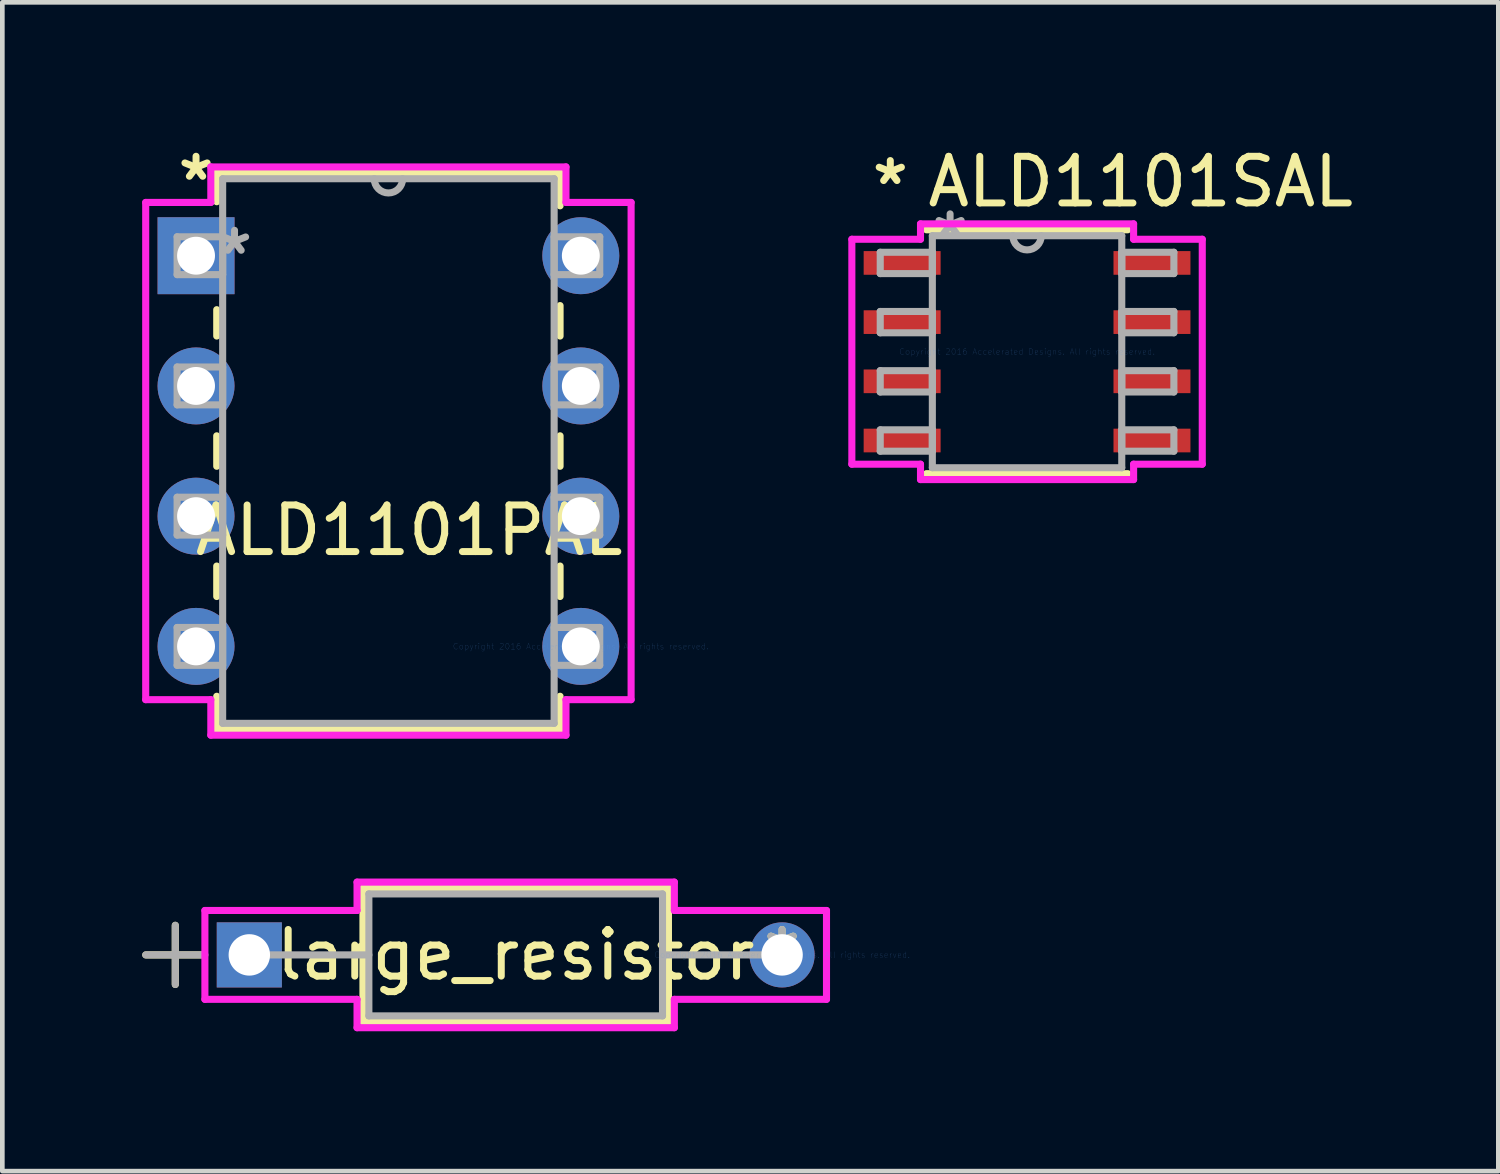
<source format=kicad_pcb>
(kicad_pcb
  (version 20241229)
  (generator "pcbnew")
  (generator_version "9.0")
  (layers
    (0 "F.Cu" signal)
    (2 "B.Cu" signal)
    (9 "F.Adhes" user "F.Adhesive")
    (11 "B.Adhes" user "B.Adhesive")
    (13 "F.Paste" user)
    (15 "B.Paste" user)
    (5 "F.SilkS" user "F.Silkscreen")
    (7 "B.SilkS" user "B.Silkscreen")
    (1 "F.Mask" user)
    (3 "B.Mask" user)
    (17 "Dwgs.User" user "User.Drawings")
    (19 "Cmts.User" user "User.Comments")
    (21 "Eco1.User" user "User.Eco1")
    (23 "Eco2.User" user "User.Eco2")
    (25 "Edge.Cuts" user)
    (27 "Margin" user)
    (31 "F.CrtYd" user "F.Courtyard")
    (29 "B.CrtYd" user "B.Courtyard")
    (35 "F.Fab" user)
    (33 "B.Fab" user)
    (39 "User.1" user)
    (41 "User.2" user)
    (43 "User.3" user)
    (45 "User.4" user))
  (footprint "large_resistor"
    (layer "F.Cu")
    (at 13.729 17.437)
    (property "Reference" "large_resistor" (at -5.715 0 0) (layer "F.SilkS") (effects (font (size 1 1) (thickness 0.15))))
    (attr through_hole)
    (fp_line (start -13.652 0) (end -12.461 0) (stroke (width 0.152) (type solid)) (layer "F.SilkS"))
    (fp_line (start -13.018 -0.635) (end -13.018 0.635) (stroke (width 0.152) (type solid)) (layer "F.SilkS"))
    (fp_line (start -8.992 -1.435) (end -8.992 1.435) (stroke (width 0.152) (type solid)) (layer "F.SilkS"))
    (fp_line (start -8.992 1.435) (end -2.438 1.435) (stroke (width 0.152) (type solid)) (layer "F.SilkS"))
    (fp_line (start -2.438 -1.435) (end -8.992 -1.435) (stroke (width 0.152) (type solid)) (layer "F.SilkS"))
    (fp_line (start -2.438 1.435) (end -2.438 -1.435) (stroke (width 0.152) (type solid)) (layer "F.SilkS"))
    (fp_line (start -12.383 -0.953) (end -9.119 -0.953) (stroke (width 0.152) (type solid)) (layer "F.CrtYd"))
    (fp_line (start -12.383 0.953) (end -12.383 -0.953) (stroke (width 0.152) (type solid)) (layer "F.CrtYd"))
    (fp_line (start -9.119 -1.562) (end -2.311 -1.562) (stroke (width 0.152) (type solid)) (layer "F.CrtYd"))
    (fp_line (start -9.119 -0.953) (end -9.119 -1.562) (stroke (width 0.152) (type solid)) (layer "F.CrtYd"))
    (fp_line (start -9.119 0.953) (end -12.383 0.953) (stroke (width 0.152) (type solid)) (layer "F.CrtYd"))
    (fp_line (start -9.119 1.562) (end -9.119 0.953) (stroke (width 0.152) (type solid)) (layer "F.CrtYd"))
    (fp_line (start -2.311 -1.562) (end -2.311 -0.953) (stroke (width 0.152) (type solid)) (layer "F.CrtYd"))
    (fp_line (start -2.311 -0.953) (end 0.953 -0.953) (stroke (width 0.152) (type solid)) (layer "F.CrtYd"))
    (fp_line (start -2.311 0.953) (end -2.311 1.562) (stroke (width 0.152) (type solid)) (layer "F.CrtYd"))
    (fp_line (start -2.311 1.562) (end -9.119 1.562) (stroke (width 0.152) (type solid)) (layer "F.CrtYd"))
    (fp_line (start 0.953 -0.953) (end 0.953 0.953) (stroke (width 0.152) (type solid)) (layer "F.CrtYd"))
    (fp_line (start 0.953 0.953) (end -2.311 0.953) (stroke (width 0.152) (type solid)) (layer "F.CrtYd"))
    (fp_line (start -13.652 0) (end -12.383 0) (stroke (width 0.152) (type solid)) (layer "F.Fab"))
    (fp_line (start -13.018 -0.635) (end -13.018 0.635) (stroke (width 0.152) (type solid)) (layer "F.Fab"))
    (fp_line (start -11.43 0) (end -8.865 0) (stroke (width 0.152) (type solid)) (layer "F.Fab"))
    (fp_line (start -8.865 -1.308) (end -8.865 1.308) (stroke (width 0.152) (type solid)) (layer "F.Fab"))
    (fp_line (start -8.865 1.308) (end -2.565 1.308) (stroke (width 0.152) (type solid)) (layer "F.Fab"))
    (fp_line (start -2.565 -1.308) (end -8.865 -1.308) (stroke (width 0.152) (type solid)) (layer "F.Fab"))
    (fp_line (start -2.565 1.308) (end -2.565 -1.308) (stroke (width 0.152) (type solid)) (layer "F.Fab"))
    (fp_line (start 0 0) (end -2.565 0) (stroke (width 0.152) (type solid)) (layer "F.Fab"))
    (fp_text user "*" (at 0 0 0) (layer "F.SilkS") (effects (font (size 1 1) (thickness 0.15))))
    (fp_text user "Copyright 2016 Accelerated Designs. All rights reserved." (at 0 0 0) (layer "Cmts.User") (effects (font (size 0.127 0.127) (thickness 0.002))))
    (fp_text user "*" (at 0 0 0) (layer "F.Fab") (effects (font (size 1 1) (thickness 0.15))))
    (pad "1" thru_hole rect (at -11.43 0) (size 1.397 1.397) (drill 0.889) (layers "*.Cu" "*.Mask"))
    (pad "2" thru_hole circle (at 0 0) (size 1.397 1.397) (drill 0.889) (layers "*.Cu" "*.Mask")))
  (footprint "ALD1101SAL"
    (layer "F.Cu")
    (at 18.985 4.496)
    (property "Reference" "ALD1101SAL" (at 2.438 -3.647 0) (layer "F.SilkS") (effects (font (size 1 1) (thickness 0.15))))
    (attr through_hole)
    (fp_line (start -2.159 2.616) (end 2.159 2.616) (stroke (width 0.152) (type solid)) (layer "F.SilkS"))
    (fp_line (start 2.159 -2.616) (end -2.159 -2.616) (stroke (width 0.152) (type solid)) (layer "F.SilkS"))
    (fp_line (start -3.759 -2.413) (end -2.286 -2.413) (stroke (width 0.152) (type solid)) (layer "F.CrtYd"))
    (fp_line (start -3.759 2.413) (end -3.759 -2.413) (stroke (width 0.152) (type solid)) (layer "F.CrtYd"))
    (fp_line (start -2.286 -2.743) (end 2.286 -2.743) (stroke (width 0.152) (type solid)) (layer "F.CrtYd"))
    (fp_line (start -2.286 -2.413) (end -2.286 -2.743) (stroke (width 0.152) (type solid)) (layer "F.CrtYd"))
    (fp_line (start -2.286 2.413) (end -3.759 2.413) (stroke (width 0.152) (type solid)) (layer "F.CrtYd"))
    (fp_line (start -2.286 2.743) (end -2.286 2.413) (stroke (width 0.152) (type solid)) (layer "F.CrtYd"))
    (fp_line (start 2.286 -2.743) (end 2.286 -2.413) (stroke (width 0.152) (type solid)) (layer "F.CrtYd"))
    (fp_line (start 2.286 -2.413) (end 3.759 -2.413) (stroke (width 0.152) (type solid)) (layer "F.CrtYd"))
    (fp_line (start 2.286 2.413) (end 2.286 2.743) (stroke (width 0.152) (type solid)) (layer "F.CrtYd"))
    (fp_line (start 2.286 2.743) (end -2.286 2.743) (stroke (width 0.152) (type solid)) (layer "F.CrtYd"))
    (fp_line (start 3.759 -2.413) (end 3.759 2.413) (stroke (width 0.152) (type solid)) (layer "F.CrtYd"))
    (fp_line (start 3.759 2.413) (end 2.286 2.413) (stroke (width 0.152) (type solid)) (layer "F.CrtYd"))
    (fp_line (start -3.15 -2.134) (end -3.15 -1.676) (stroke (width 0.152) (type solid)) (layer "F.Fab"))
    (fp_line (start -3.15 -1.676) (end -2.032 -1.676) (stroke (width 0.152) (type solid)) (layer "F.Fab"))
    (fp_line (start -3.15 -0.864) (end -3.15 -0.406) (stroke (width 0.152) (type solid)) (layer "F.Fab"))
    (fp_line (start -3.15 -0.406) (end -2.032 -0.406) (stroke (width 0.152) (type solid)) (layer "F.Fab"))
    (fp_line (start -3.15 0.406) (end -3.15 0.864) (stroke (width 0.152) (type solid)) (layer "F.Fab"))
    (fp_line (start -3.15 0.864) (end -2.032 0.864) (stroke (width 0.152) (type solid)) (layer "F.Fab"))
    (fp_line (start -3.15 1.676) (end -3.15 2.134) (stroke (width 0.152) (type solid)) (layer "F.Fab"))
    (fp_line (start -3.15 2.134) (end -2.032 2.134) (stroke (width 0.152) (type solid)) (layer "F.Fab"))
    (fp_line (start -2.032 -2.489) (end -2.032 2.489) (stroke (width 0.152) (type solid)) (layer "F.Fab"))
    (fp_line (start -2.032 -2.134) (end -3.15 -2.134) (stroke (width 0.152) (type solid)) (layer "F.Fab"))
    (fp_line (start -2.032 -1.676) (end -2.032 -2.134) (stroke (width 0.152) (type solid)) (layer "F.Fab"))
    (fp_line (start -2.032 -0.864) (end -3.15 -0.864) (stroke (width 0.152) (type solid)) (layer "F.Fab"))
    (fp_line (start -2.032 -0.406) (end -2.032 -0.864) (stroke (width 0.152) (type solid)) (layer "F.Fab"))
    (fp_line (start -2.032 0.406) (end -3.15 0.406) (stroke (width 0.152) (type solid)) (layer "F.Fab"))
    (fp_line (start -2.032 0.864) (end -2.032 0.406) (stroke (width 0.152) (type solid)) (layer "F.Fab"))
    (fp_line (start -2.032 1.676) (end -3.15 1.676) (stroke (width 0.152) (type solid)) (layer "F.Fab"))
    (fp_line (start -2.032 2.134) (end -2.032 1.676) (stroke (width 0.152) (type solid)) (layer "F.Fab"))
    (fp_line (start -2.032 2.489) (end 2.032 2.489) (stroke (width 0.152) (type solid)) (layer "F.Fab"))
    (fp_line (start 2.032 -2.489) (end -2.032 -2.489) (stroke (width 0.152) (type solid)) (layer "F.Fab"))
    (fp_line (start 2.032 -2.134) (end 2.032 -1.676) (stroke (width 0.152) (type solid)) (layer "F.Fab"))
    (fp_line (start 2.032 -1.676) (end 3.15 -1.676) (stroke (width 0.152) (type solid)) (layer "F.Fab"))
    (fp_line (start 2.032 -0.864) (end 2.032 -0.406) (stroke (width 0.152) (type solid)) (layer "F.Fab"))
    (fp_line (start 2.032 -0.406) (end 3.15 -0.406) (stroke (width 0.152) (type solid)) (layer "F.Fab"))
    (fp_line (start 2.032 0.406) (end 2.032 0.864) (stroke (width 0.152) (type solid)) (layer "F.Fab"))
    (fp_line (start 2.032 0.864) (end 3.15 0.864) (stroke (width 0.152) (type solid)) (layer "F.Fab"))
    (fp_line (start 2.032 1.676) (end 2.032 2.134) (stroke (width 0.152) (type solid)) (layer "F.Fab"))
    (fp_line (start 2.032 2.134) (end 3.15 2.134) (stroke (width 0.152) (type solid)) (layer "F.Fab"))
    (fp_line (start 2.032 2.489) (end 2.032 -2.489) (stroke (width 0.152) (type solid)) (layer "F.Fab"))
    (fp_line (start 3.15 -2.134) (end 2.032 -2.134) (stroke (width 0.152) (type solid)) (layer "F.Fab"))
    (fp_line (start 3.15 -1.676) (end 3.15 -2.134) (stroke (width 0.152) (type solid)) (layer "F.Fab"))
    (fp_line (start 3.15 -0.864) (end 2.032 -0.864) (stroke (width 0.152) (type solid)) (layer "F.Fab"))
    (fp_line (start 3.15 -0.406) (end 3.15 -0.864) (stroke (width 0.152) (type solid)) (layer "F.Fab"))
    (fp_line (start 3.15 0.406) (end 2.032 0.406) (stroke (width 0.152) (type solid)) (layer "F.Fab"))
    (fp_line (start 3.15 0.864) (end 3.15 0.406) (stroke (width 0.152) (type solid)) (layer "F.Fab"))
    (fp_line (start 3.15 1.676) (end 2.032 1.676) (stroke (width 0.152) (type solid)) (layer "F.Fab"))
    (fp_line (start 3.15 2.134) (end 3.15 1.676) (stroke (width 0.152) (type solid)) (layer "F.Fab"))
    (fp_arc (start 0.3048 -2.4892) (mid 0 -2.1844) (end -0.3048 -2.4892) (stroke (width 0.1524) (type solid)) (layer "F.Fab"))
    (fp_text user "*" (at -2.934 -3.556 0) (layer "F.SilkS") (effects (font (size 1 1) (thickness 0.15))))
    (fp_text user "Copyright 2016 Accelerated Designs. All rights reserved." (at 0 0 0) (layer "Cmts.User") (effects (font (size 0.127 0.127) (thickness 0.002))))
    (fp_text user "*" (at -1.651 -2.413 0) (layer "F.Fab") (effects (font (size 1 1) (thickness 0.15))))
    (pad "1" smd rect (at -2.68 -1.905) (size 1.651 0.508) (layers "F.Cu" "F.Mask" "F.Paste"))
    (pad "2" smd rect (at -2.68 -0.635) (size 1.651 0.508) (layers "F.Cu" "F.Mask" "F.Paste"))
    (pad "3" smd rect (at -2.68 0.635) (size 1.651 0.508) (layers "F.Cu" "F.Mask" "F.Paste"))
    (pad "4" smd rect (at -2.68 1.905) (size 1.651 0.508) (layers "F.Cu" "F.Mask" "F.Paste"))
    (pad "5" smd rect (at 2.68 1.905) (size 1.651 0.508) (layers "F.Cu" "F.Mask" "F.Paste"))
    (pad "6" smd rect (at 2.68 0.635) (size 1.651 0.508) (layers "F.Cu" "F.Mask" "F.Paste"))
    (pad "7" smd rect (at 2.68 -0.635) (size 1.651 0.508) (layers "F.Cu" "F.Mask" "F.Paste"))
    (pad "8" smd rect (at 2.68 -1.905) (size 1.651 0.508) (layers "F.Cu" "F.Mask" "F.Paste")))
  (footprint "ALD1101PAL"
    (layer "F.Cu")
    (at 9.411 10.818)
    (property "Reference" "ALD1101PAL" (at -3.683 -2.489 0) (layer "F.SilkS") (effects (font (size 1 1) (thickness 0.15))))
    (attr through_hole)
    (fp_line (start -7.811 -10.16) (end -7.811 -9.54) (stroke (width 0.152) (type solid)) (layer "F.SilkS"))
    (fp_line (start -7.811 -7.224) (end -7.811 -6.658) (stroke (width 0.152) (type solid)) (layer "F.SilkS"))
    (fp_line (start -7.811 -4.518) (end -7.811 -3.864) (stroke (width 0.152) (type solid)) (layer "F.SilkS"))
    (fp_line (start -7.811 -1.724) (end -7.811 -1.07) (stroke (width 0.152) (type solid)) (layer "F.SilkS"))
    (fp_line (start -7.811 1.07) (end -7.811 1.778) (stroke (width 0.152) (type solid)) (layer "F.SilkS"))
    (fp_line (start -7.811 1.778) (end -0.445 1.778) (stroke (width 0.152) (type solid)) (layer "F.SilkS"))
    (fp_line (start -0.445 -10.16) (end -7.811 -10.16) (stroke (width 0.152) (type solid)) (layer "F.SilkS"))
    (fp_line (start -0.445 -9.452) (end -0.445 -10.16) (stroke (width 0.152) (type solid)) (layer "F.SilkS"))
    (fp_line (start -0.445 -6.658) (end -0.445 -7.312) (stroke (width 0.152) (type solid)) (layer "F.SilkS"))
    (fp_line (start -0.445 -3.864) (end -0.445 -4.518) (stroke (width 0.152) (type solid)) (layer "F.SilkS"))
    (fp_line (start -0.445 -1.07) (end -0.445 -1.724) (stroke (width 0.152) (type solid)) (layer "F.SilkS"))
    (fp_line (start -0.445 1.778) (end -0.445 1.07) (stroke (width 0.152) (type solid)) (layer "F.SilkS"))
    (fp_line (start -9.335 -9.525) (end -9.335 1.143) (stroke (width 0.152) (type solid)) (layer "F.CrtYd"))
    (fp_line (start -9.335 1.143) (end -7.938 1.143) (stroke (width 0.152) (type solid)) (layer "F.CrtYd"))
    (fp_line (start -7.938 -10.287) (end -7.938 -9.525) (stroke (width 0.152) (type solid)) (layer "F.CrtYd"))
    (fp_line (start -7.938 -9.525) (end -9.335 -9.525) (stroke (width 0.152) (type solid)) (layer "F.CrtYd"))
    (fp_line (start -7.938 1.143) (end -7.938 1.905) (stroke (width 0.152) (type solid)) (layer "F.CrtYd"))
    (fp_line (start -7.938 1.905) (end -0.318 1.905) (stroke (width 0.152) (type solid)) (layer "F.CrtYd"))
    (fp_line (start -0.318 -10.287) (end -7.938 -10.287) (stroke (width 0.152) (type solid)) (layer "F.CrtYd"))
    (fp_line (start -0.318 -9.525) (end -0.318 -10.287) (stroke (width 0.152) (type solid)) (layer "F.CrtYd"))
    (fp_line (start -0.318 1.143) (end 1.079 1.143) (stroke (width 0.152) (type solid)) (layer "F.CrtYd"))
    (fp_line (start -0.318 1.905) (end -0.318 1.143) (stroke (width 0.152) (type solid)) (layer "F.CrtYd"))
    (fp_line (start 1.079 -9.525) (end -0.318 -9.525) (stroke (width 0.152) (type solid)) (layer "F.CrtYd"))
    (fp_line (start 1.079 1.143) (end 1.079 -9.525) (stroke (width 0.152) (type solid)) (layer "F.CrtYd"))
    (fp_line (start -8.661 -8.788) (end -8.661 -7.976) (stroke (width 0.152) (type solid)) (layer "F.Fab"))
    (fp_line (start -8.661 -7.976) (end -7.684 -7.976) (stroke (width 0.152) (type solid)) (layer "F.Fab"))
    (fp_line (start -8.661 -5.994) (end -8.661 -5.182) (stroke (width 0.152) (type solid)) (layer "F.Fab"))
    (fp_line (start -8.661 -5.182) (end -7.684 -5.182) (stroke (width 0.152) (type solid)) (layer "F.Fab"))
    (fp_line (start -8.661 -3.2) (end -8.661 -2.388) (stroke (width 0.152) (type solid)) (layer "F.Fab"))
    (fp_line (start -8.661 -2.388) (end -7.684 -2.388) (stroke (width 0.152) (type solid)) (layer "F.Fab"))
    (fp_line (start -8.661 -0.406) (end -8.661 0.406) (stroke (width 0.152) (type solid)) (layer "F.Fab"))
    (fp_line (start -8.661 0.406) (end -7.684 0.406) (stroke (width 0.152) (type solid)) (layer "F.Fab"))
    (fp_line (start -7.684 -10.033) (end -7.684 1.651) (stroke (width 0.152) (type solid)) (layer "F.Fab"))
    (fp_line (start -7.684 -8.788) (end -8.661 -8.788) (stroke (width 0.152) (type solid)) (layer "F.Fab"))
    (fp_line (start -7.684 -7.976) (end -7.684 -8.788) (stroke (width 0.152) (type solid)) (layer "F.Fab"))
    (fp_line (start -7.684 -5.994) (end -8.661 -5.994) (stroke (width 0.152) (type solid)) (layer "F.Fab"))
    (fp_line (start -7.684 -5.182) (end -7.684 -5.994) (stroke (width 0.152) (type solid)) (layer "F.Fab"))
    (fp_line (start -7.684 -3.2) (end -8.661 -3.2) (stroke (width 0.152) (type solid)) (layer "F.Fab"))
    (fp_line (start -7.684 -2.388) (end -7.684 -3.2) (stroke (width 0.152) (type solid)) (layer "F.Fab"))
    (fp_line (start -7.684 -0.406) (end -8.661 -0.406) (stroke (width 0.152) (type solid)) (layer "F.Fab"))
    (fp_line (start -7.684 0.406) (end -7.684 -0.406) (stroke (width 0.152) (type solid)) (layer "F.Fab"))
    (fp_line (start -7.684 1.651) (end -0.572 1.651) (stroke (width 0.152) (type solid)) (layer "F.Fab"))
    (fp_line (start -0.572 -10.033) (end -7.684 -10.033) (stroke (width 0.152) (type solid)) (layer "F.Fab"))
    (fp_line (start -0.572 -8.788) (end -0.572 -7.976) (stroke (width 0.152) (type solid)) (layer "F.Fab"))
    (fp_line (start -0.572 -7.976) (end 0.406 -7.976) (stroke (width 0.152) (type solid)) (layer "F.Fab"))
    (fp_line (start -0.572 -5.994) (end -0.572 -5.182) (stroke (width 0.152) (type solid)) (layer "F.Fab"))
    (fp_line (start -0.572 -5.182) (end 0.406 -5.182) (stroke (width 0.152) (type solid)) (layer "F.Fab"))
    (fp_line (start -0.572 -3.2) (end -0.572 -2.388) (stroke (width 0.152) (type solid)) (layer "F.Fab"))
    (fp_line (start -0.572 -2.388) (end 0.406 -2.388) (stroke (width 0.152) (type solid)) (layer "F.Fab"))
    (fp_line (start -0.572 -0.406) (end -0.572 0.406) (stroke (width 0.152) (type solid)) (layer "F.Fab"))
    (fp_line (start -0.572 0.406) (end 0.406 0.406) (stroke (width 0.152) (type solid)) (layer "F.Fab"))
    (fp_line (start -0.572 1.651) (end -0.572 -10.033) (stroke (width 0.152) (type solid)) (layer "F.Fab"))
    (fp_line (start 0.406 -8.788) (end -0.572 -8.788) (stroke (width 0.152) (type solid)) (layer "F.Fab"))
    (fp_line (start 0.406 -7.976) (end 0.406 -8.788) (stroke (width 0.152) (type solid)) (layer "F.Fab"))
    (fp_line (start 0.406 -5.994) (end -0.572 -5.994) (stroke (width 0.152) (type solid)) (layer "F.Fab"))
    (fp_line (start 0.406 -5.182) (end 0.406 -5.994) (stroke (width 0.152) (type solid)) (layer "F.Fab"))
    (fp_line (start 0.406 -3.2) (end -0.572 -3.2) (stroke (width 0.152) (type solid)) (layer "F.Fab"))
    (fp_line (start 0.406 -2.388) (end 0.406 -3.2) (stroke (width 0.152) (type solid)) (layer "F.Fab"))
    (fp_line (start 0.406 -0.406) (end -0.572 -0.406) (stroke (width 0.152) (type solid)) (layer "F.Fab"))
    (fp_line (start 0.406 0.406) (end 0.406 -0.406) (stroke (width 0.152) (type solid)) (layer "F.Fab"))
    (fp_arc (start -3.8227 -10.033) (mid -4.1275 -9.7282) (end -4.4323 -10.033) (stroke (width 0.1524) (type solid)) (layer "F.Fab"))
    (fp_text user "*" (at -8.255 -9.97 0) (layer "F.SilkS") (effects (font (size 1 1) (thickness 0.15))))
    (fp_text user "Copyright 2016 Accelerated Designs. All rights reserved." (at 0 0 0) (layer "Cmts.User") (effects (font (size 0.127 0.127) (thickness 0.002))))
    (fp_text user "*" (at -7.429 -8.382 0) (layer "F.Fab") (effects (font (size 1 1) (thickness 0.15))))
    (pad "1" thru_hole rect (at -8.255 -8.382) (size 1.651 1.651) (drill 0.813) (layers "*.Cu" "*.Mask"))
    (pad "2" thru_hole circle (at -8.255 -5.588) (size 1.651 1.651) (drill 0.813) (layers "*.Cu" "*.Mask"))
    (pad "3" thru_hole circle (at -8.255 -2.794) (size 1.651 1.651) (drill 0.813) (layers "*.Cu" "*.Mask"))
    (pad "4" thru_hole circle (at -8.255 0) (size 1.651 1.651) (drill 0.813) (layers "*.Cu" "*.Mask"))
    (pad "5" thru_hole circle (at 0 0) (size 1.651 1.651) (drill 0.813) (layers "*.Cu" "*.Mask"))
    (pad "6" thru_hole circle (at 0 -2.794) (size 1.651 1.651) (drill 0.813) (layers "*.Cu" "*.Mask"))
    (pad "7" thru_hole circle (at 0 -5.588) (size 1.651 1.651) (drill 0.813) (layers "*.Cu" "*.Mask"))
    (pad "8" thru_hole circle (at 0 -8.382) (size 1.651 1.651) (drill 0.813) (layers "*.Cu" "*.Mask")))
  (gr_rect
    (start -3 -3)
    (end 29.096 22.076)
    (stroke (width 0.1) (type default))
    (fill no)
    (layer "Edge.Cuts")))
</source>
